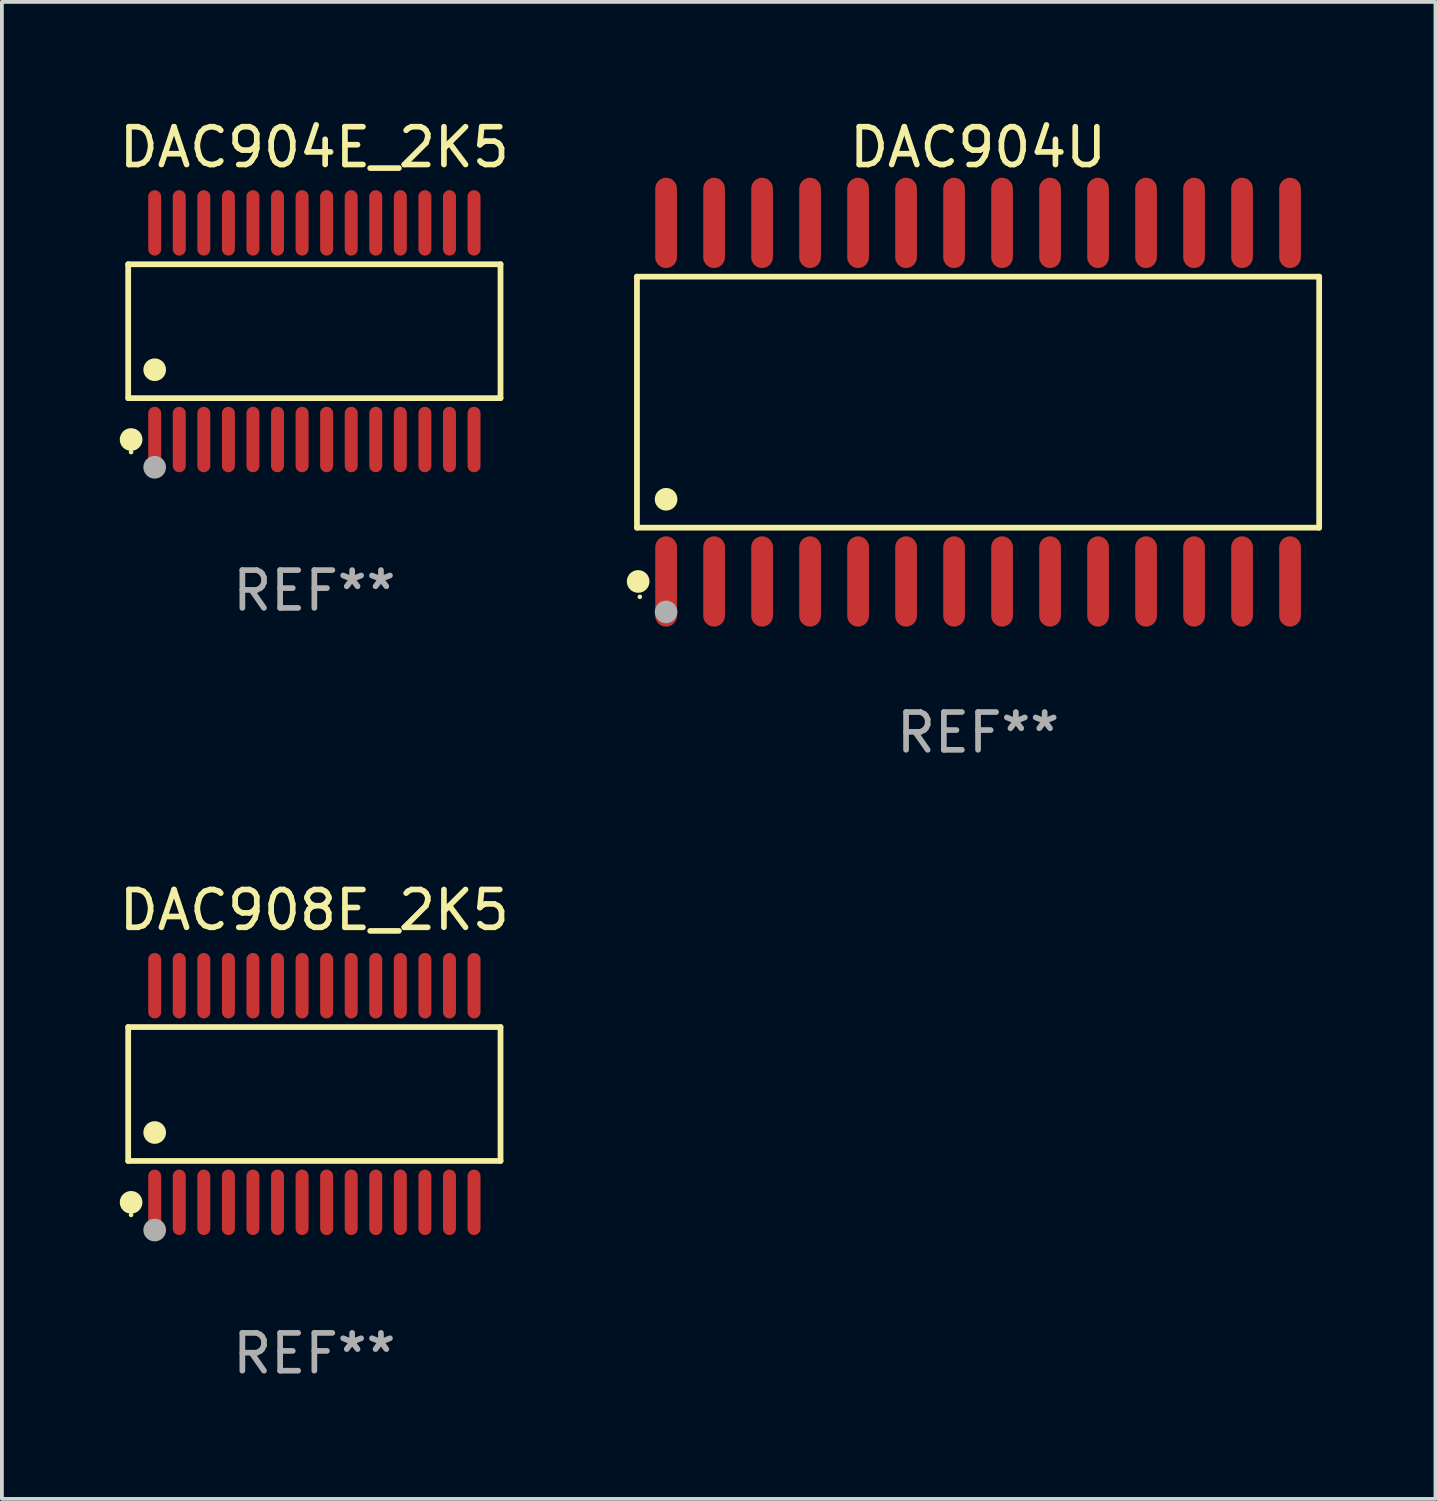
<source format=kicad_pcb>
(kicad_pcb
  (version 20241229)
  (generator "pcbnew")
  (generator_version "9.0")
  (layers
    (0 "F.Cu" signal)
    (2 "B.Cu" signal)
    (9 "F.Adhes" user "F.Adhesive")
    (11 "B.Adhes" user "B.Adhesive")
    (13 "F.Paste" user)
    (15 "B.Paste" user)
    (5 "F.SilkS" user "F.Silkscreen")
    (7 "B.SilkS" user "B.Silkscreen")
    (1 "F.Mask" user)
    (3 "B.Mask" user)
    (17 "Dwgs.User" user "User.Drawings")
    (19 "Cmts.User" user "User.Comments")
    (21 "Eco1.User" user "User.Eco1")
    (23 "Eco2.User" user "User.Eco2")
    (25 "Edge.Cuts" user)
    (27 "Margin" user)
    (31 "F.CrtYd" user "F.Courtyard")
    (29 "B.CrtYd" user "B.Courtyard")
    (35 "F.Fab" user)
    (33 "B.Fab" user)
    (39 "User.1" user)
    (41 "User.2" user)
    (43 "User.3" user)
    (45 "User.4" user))
  (footprint "DAC904U"
    (layer "F.Cu")
    (at 22.83 7.592)
    (property "Reference" "DAC904U" (at 0 -6.744 0) (layer "F.SilkS") (effects (font (size 1 1) (thickness 0.15))))
    (attr through_hole)
    (fp_line (start -9.026 -3.321) (end 9.026 -3.321) (stroke (width 0.152) (type solid)) (layer "F.SilkS"))
    (fp_line (start -9.026 3.321) (end -9.026 -3.321) (stroke (width 0.152) (type solid)) (layer "F.SilkS"))
    (fp_line (start 9.026 -3.321) (end 9.026 3.321) (stroke (width 0.152) (type solid)) (layer "F.SilkS"))
    (fp_line (start 9.026 3.321) (end -9.026 3.321) (stroke (width 0.152) (type solid)) (layer "F.SilkS"))
    (fp_circle (center -8.994 4.744) (end -8.844 4.744) (stroke (width 0.3) (type solid)) (fill no) (layer "F.SilkS"))
    (fp_circle (center -8.95 5.15) (end -8.92 5.15) (stroke (width 0.06) (type solid)) (fill no) (layer "F.SilkS"))
    (fp_circle (center -8.255 2.569) (end -8.105 2.569) (stroke (width 0.3) (type solid)) (fill no) (layer "F.SilkS"))
    (fp_circle (center -8.255 5.55) (end -8.105 5.55) (stroke (width 0.3) (type solid)) (fill no) (layer "F.Fab"))
    (fp_text user "REF**" (at 0 8.744 0) (layer "F.Fab") (effects (font (size 1 1) (thickness 0.15))))
    (pad "1" smd oval (at -8.255 4.744) (size 0.574 2.388) (layers "F.Cu" "F.Mask" "F.Paste"))
    (pad "2" smd oval (at -6.985 4.744) (size 0.574 2.388) (layers "F.Cu" "F.Mask" "F.Paste"))
    (pad "3" smd oval (at -5.715 4.744) (size 0.574 2.388) (layers "F.Cu" "F.Mask" "F.Paste"))
    (pad "4" smd oval (at -4.445 4.744) (size 0.574 2.388) (layers "F.Cu" "F.Mask" "F.Paste"))
    (pad "5" smd oval (at -3.175 4.744) (size 0.574 2.388) (layers "F.Cu" "F.Mask" "F.Paste"))
    (pad "6" smd oval (at -1.905 4.744) (size 0.574 2.388) (layers "F.Cu" "F.Mask" "F.Paste"))
    (pad "7" smd oval (at -0.635 4.744) (size 0.574 2.388) (layers "F.Cu" "F.Mask" "F.Paste"))
    (pad "8" smd oval (at 0.635 4.744) (size 0.574 2.388) (layers "F.Cu" "F.Mask" "F.Paste"))
    (pad "9" smd oval (at 1.905 4.744) (size 0.574 2.388) (layers "F.Cu" "F.Mask" "F.Paste"))
    (pad "10" smd oval (at 3.175 4.744) (size 0.574 2.388) (layers "F.Cu" "F.Mask" "F.Paste"))
    (pad "11" smd oval (at 4.445 4.744) (size 0.574 2.388) (layers "F.Cu" "F.Mask" "F.Paste"))
    (pad "12" smd oval (at 5.715 4.744) (size 0.574 2.388) (layers "F.Cu" "F.Mask" "F.Paste"))
    (pad "13" smd oval (at 6.985 4.744) (size 0.574 2.388) (layers "F.Cu" "F.Mask" "F.Paste"))
    (pad "14" smd oval (at 8.255 4.744) (size 0.574 2.388) (layers "F.Cu" "F.Mask" "F.Paste"))
    (pad "15" smd oval (at 8.255 -4.744) (size 0.574 2.388) (layers "F.Cu" "F.Mask" "F.Paste"))
    (pad "16" smd oval (at 6.985 -4.744) (size 0.574 2.388) (layers "F.Cu" "F.Mask" "F.Paste"))
    (pad "17" smd oval (at 5.715 -4.744) (size 0.574 2.388) (layers "F.Cu" "F.Mask" "F.Paste"))
    (pad "18" smd oval (at 4.445 -4.744) (size 0.574 2.388) (layers "F.Cu" "F.Mask" "F.Paste"))
    (pad "19" smd oval (at 3.175 -4.744) (size 0.574 2.388) (layers "F.Cu" "F.Mask" "F.Paste"))
    (pad "20" smd oval (at 1.905 -4.744) (size 0.574 2.388) (layers "F.Cu" "F.Mask" "F.Paste"))
    (pad "21" smd oval (at 0.635 -4.744) (size 0.574 2.388) (layers "F.Cu" "F.Mask" "F.Paste"))
    (pad "22" smd oval (at -0.635 -4.744) (size 0.574 2.388) (layers "F.Cu" "F.Mask" "F.Paste"))
    (pad "23" smd oval (at -1.905 -4.744) (size 0.574 2.388) (layers "F.Cu" "F.Mask" "F.Paste"))
    (pad "24" smd oval (at -3.175 -4.744) (size 0.574 2.388) (layers "F.Cu" "F.Mask" "F.Paste"))
    (pad "25" smd oval (at -4.445 -4.744) (size 0.574 2.388) (layers "F.Cu" "F.Mask" "F.Paste"))
    (pad "26" smd oval (at -5.715 -4.744) (size 0.574 2.388) (layers "F.Cu" "F.Mask" "F.Paste"))
    (pad "27" smd oval (at -6.985 -4.744) (size 0.574 2.388) (layers "F.Cu" "F.Mask" "F.Paste"))
    (pad "28" smd oval (at -8.255 -4.744) (size 0.574 2.388) (layers "F.Cu" "F.Mask" "F.Paste")))
  (footprint "DAC908E_2K5"
    (layer "F.Cu")
    (at 5.268 25.898)
    (property "Reference" "DAC908E_2K5" (at 0 -4.866 0) (layer "F.SilkS") (effects (font (size 1 1) (thickness 0.15))))
    (attr through_hole)
    (fp_line (start -4.926 -1.772) (end 4.926 -1.772) (stroke (width 0.152) (type solid)) (layer "F.SilkS"))
    (fp_line (start -4.926 1.771) (end -4.926 -1.772) (stroke (width 0.152) (type solid)) (layer "F.SilkS"))
    (fp_line (start 4.926 -1.772) (end 4.926 1.771) (stroke (width 0.152) (type solid)) (layer "F.SilkS"))
    (fp_line (start 4.926 1.771) (end -4.926 1.771) (stroke (width 0.152) (type solid)) (layer "F.SilkS"))
    (fp_circle (center -4.85 3.2) (end -4.82 3.2) (stroke (width 0.06) (type solid)) (fill no) (layer "F.SilkS"))
    (fp_circle (center -4.849 2.866) (end -4.699 2.866) (stroke (width 0.3) (type solid)) (fill no) (layer "F.SilkS"))
    (fp_circle (center -4.225 1.019) (end -4.075 1.019) (stroke (width 0.3) (type solid)) (fill no) (layer "F.SilkS"))
    (fp_circle (center -4.225 3.6) (end -4.075 3.6) (stroke (width 0.3) (type solid)) (fill no) (layer "F.Fab"))
    (fp_text user "REF**" (at 0 6.866 0) (layer "F.Fab") (effects (font (size 1 1) (thickness 0.15))))
    (pad "1" smd oval (at -4.225 2.866) (size 0.343 1.731) (layers "F.Cu" "F.Mask" "F.Paste"))
    (pad "2" smd oval (at -3.575 2.866) (size 0.343 1.731) (layers "F.Cu" "F.Mask" "F.Paste"))
    (pad "3" smd oval (at -2.925 2.866) (size 0.343 1.731) (layers "F.Cu" "F.Mask" "F.Paste"))
    (pad "4" smd oval (at -2.275 2.866) (size 0.343 1.731) (layers "F.Cu" "F.Mask" "F.Paste"))
    (pad "5" smd oval (at -1.625 2.866) (size 0.343 1.731) (layers "F.Cu" "F.Mask" "F.Paste"))
    (pad "6" smd oval (at -0.975 2.866) (size 0.343 1.731) (layers "F.Cu" "F.Mask" "F.Paste"))
    (pad "7" smd oval (at -0.325 2.866) (size 0.343 1.731) (layers "F.Cu" "F.Mask" "F.Paste"))
    (pad "8" smd oval (at 0.325 2.866) (size 0.343 1.731) (layers "F.Cu" "F.Mask" "F.Paste"))
    (pad "9" smd oval (at 0.975 2.866) (size 0.343 1.731) (layers "F.Cu" "F.Mask" "F.Paste"))
    (pad "10" smd oval (at 1.625 2.866) (size 0.343 1.731) (layers "F.Cu" "F.Mask" "F.Paste"))
    (pad "11" smd oval (at 2.275 2.866) (size 0.343 1.731) (layers "F.Cu" "F.Mask" "F.Paste"))
    (pad "12" smd oval (at 2.925 2.866) (size 0.343 1.731) (layers "F.Cu" "F.Mask" "F.Paste"))
    (pad "13" smd oval (at 3.575 2.866) (size 0.343 1.731) (layers "F.Cu" "F.Mask" "F.Paste"))
    (pad "14" smd oval (at 4.225 2.866) (size 0.343 1.731) (layers "F.Cu" "F.Mask" "F.Paste"))
    (pad "15" smd oval (at 4.225 -2.866) (size 0.343 1.731) (layers "F.Cu" "F.Mask" "F.Paste"))
    (pad "16" smd oval (at 3.575 -2.866) (size 0.343 1.731) (layers "F.Cu" "F.Mask" "F.Paste"))
    (pad "17" smd oval (at 2.925 -2.866) (size 0.343 1.731) (layers "F.Cu" "F.Mask" "F.Paste"))
    (pad "18" smd oval (at 2.275 -2.866) (size 0.343 1.731) (layers "F.Cu" "F.Mask" "F.Paste"))
    (pad "19" smd oval (at 1.625 -2.866) (size 0.343 1.731) (layers "F.Cu" "F.Mask" "F.Paste"))
    (pad "20" smd oval (at 0.975 -2.866) (size 0.343 1.731) (layers "F.Cu" "F.Mask" "F.Paste"))
    (pad "21" smd oval (at 0.325 -2.866) (size 0.343 1.731) (layers "F.Cu" "F.Mask" "F.Paste"))
    (pad "22" smd oval (at -0.325 -2.866) (size 0.343 1.731) (layers "F.Cu" "F.Mask" "F.Paste"))
    (pad "23" smd oval (at -0.975 -2.866) (size 0.343 1.731) (layers "F.Cu" "F.Mask" "F.Paste"))
    (pad "24" smd oval (at -1.625 -2.866) (size 0.343 1.731) (layers "F.Cu" "F.Mask" "F.Paste"))
    (pad "25" smd oval (at -2.275 -2.866) (size 0.343 1.731) (layers "F.Cu" "F.Mask" "F.Paste"))
    (pad "26" smd oval (at -2.925 -2.866) (size 0.343 1.731) (layers "F.Cu" "F.Mask" "F.Paste"))
    (pad "27" smd oval (at -3.575 -2.866) (size 0.343 1.731) (layers "F.Cu" "F.Mask" "F.Paste"))
    (pad "28" smd oval (at -4.225 -2.866) (size 0.343 1.731) (layers "F.Cu" "F.Mask" "F.Paste")))
  (footprint "DAC904E_2K5"
    (layer "F.Cu")
    (at 5.268 5.714)
    (property "Reference" "DAC904E_2K5" (at 0 -4.866 0) (layer "F.SilkS") (effects (font (size 1 1) (thickness 0.15))))
    (attr through_hole)
    (fp_line (start -4.926 -1.772) (end 4.926 -1.772) (stroke (width 0.152) (type solid)) (layer "F.SilkS"))
    (fp_line (start -4.926 1.771) (end -4.926 -1.772) (stroke (width 0.152) (type solid)) (layer "F.SilkS"))
    (fp_line (start 4.926 -1.772) (end 4.926 1.771) (stroke (width 0.152) (type solid)) (layer "F.SilkS"))
    (fp_line (start 4.926 1.771) (end -4.926 1.771) (stroke (width 0.152) (type solid)) (layer "F.SilkS"))
    (fp_circle (center -4.85 3.2) (end -4.82 3.2) (stroke (width 0.06) (type solid)) (fill no) (layer "F.SilkS"))
    (fp_circle (center -4.849 2.866) (end -4.699 2.866) (stroke (width 0.3) (type solid)) (fill no) (layer "F.SilkS"))
    (fp_circle (center -4.225 1.019) (end -4.075 1.019) (stroke (width 0.3) (type solid)) (fill no) (layer "F.SilkS"))
    (fp_circle (center -4.225 3.6) (end -4.075 3.6) (stroke (width 0.3) (type solid)) (fill no) (layer "F.Fab"))
    (fp_text user "REF**" (at 0 6.866 0) (layer "F.Fab") (effects (font (size 1 1) (thickness 0.15))))
    (pad "1" smd oval (at -4.225 2.866) (size 0.343 1.731) (layers "F.Cu" "F.Mask" "F.Paste"))
    (pad "2" smd oval (at -3.575 2.866) (size 0.343 1.731) (layers "F.Cu" "F.Mask" "F.Paste"))
    (pad "3" smd oval (at -2.925 2.866) (size 0.343 1.731) (layers "F.Cu" "F.Mask" "F.Paste"))
    (pad "4" smd oval (at -2.275 2.866) (size 0.343 1.731) (layers "F.Cu" "F.Mask" "F.Paste"))
    (pad "5" smd oval (at -1.625 2.866) (size 0.343 1.731) (layers "F.Cu" "F.Mask" "F.Paste"))
    (pad "6" smd oval (at -0.975 2.866) (size 0.343 1.731) (layers "F.Cu" "F.Mask" "F.Paste"))
    (pad "7" smd oval (at -0.325 2.866) (size 0.343 1.731) (layers "F.Cu" "F.Mask" "F.Paste"))
    (pad "8" smd oval (at 0.325 2.866) (size 0.343 1.731) (layers "F.Cu" "F.Mask" "F.Paste"))
    (pad "9" smd oval (at 0.975 2.866) (size 0.343 1.731) (layers "F.Cu" "F.Mask" "F.Paste"))
    (pad "10" smd oval (at 1.625 2.866) (size 0.343 1.731) (layers "F.Cu" "F.Mask" "F.Paste"))
    (pad "11" smd oval (at 2.275 2.866) (size 0.343 1.731) (layers "F.Cu" "F.Mask" "F.Paste"))
    (pad "12" smd oval (at 2.925 2.866) (size 0.343 1.731) (layers "F.Cu" "F.Mask" "F.Paste"))
    (pad "13" smd oval (at 3.575 2.866) (size 0.343 1.731) (layers "F.Cu" "F.Mask" "F.Paste"))
    (pad "14" smd oval (at 4.225 2.866) (size 0.343 1.731) (layers "F.Cu" "F.Mask" "F.Paste"))
    (pad "15" smd oval (at 4.225 -2.866) (size 0.343 1.731) (layers "F.Cu" "F.Mask" "F.Paste"))
    (pad "16" smd oval (at 3.575 -2.866) (size 0.343 1.731) (layers "F.Cu" "F.Mask" "F.Paste"))
    (pad "17" smd oval (at 2.925 -2.866) (size 0.343 1.731) (layers "F.Cu" "F.Mask" "F.Paste"))
    (pad "18" smd oval (at 2.275 -2.866) (size 0.343 1.731) (layers "F.Cu" "F.Mask" "F.Paste"))
    (pad "19" smd oval (at 1.625 -2.866) (size 0.343 1.731) (layers "F.Cu" "F.Mask" "F.Paste"))
    (pad "20" smd oval (at 0.975 -2.866) (size 0.343 1.731) (layers "F.Cu" "F.Mask" "F.Paste"))
    (pad "21" smd oval (at 0.325 -2.866) (size 0.343 1.731) (layers "F.Cu" "F.Mask" "F.Paste"))
    (pad "22" smd oval (at -0.325 -2.866) (size 0.343 1.731) (layers "F.Cu" "F.Mask" "F.Paste"))
    (pad "23" smd oval (at -0.975 -2.866) (size 0.343 1.731) (layers "F.Cu" "F.Mask" "F.Paste"))
    (pad "24" smd oval (at -1.625 -2.866) (size 0.343 1.731) (layers "F.Cu" "F.Mask" "F.Paste"))
    (pad "25" smd oval (at -2.275 -2.866) (size 0.343 1.731) (layers "F.Cu" "F.Mask" "F.Paste"))
    (pad "26" smd oval (at -2.925 -2.866) (size 0.343 1.731) (layers "F.Cu" "F.Mask" "F.Paste"))
    (pad "27" smd oval (at -3.575 -2.866) (size 0.343 1.731) (layers "F.Cu" "F.Mask" "F.Paste"))
    (pad "28" smd oval (at -4.225 -2.866) (size 0.343 1.731) (layers "F.Cu" "F.Mask" "F.Paste")))
  (gr_rect
    (start -3 -3)
    (end 34.933 36.612)
    (stroke (width 0.1) (type default))
    (fill no)
    (layer "Edge.Cuts")))
</source>
